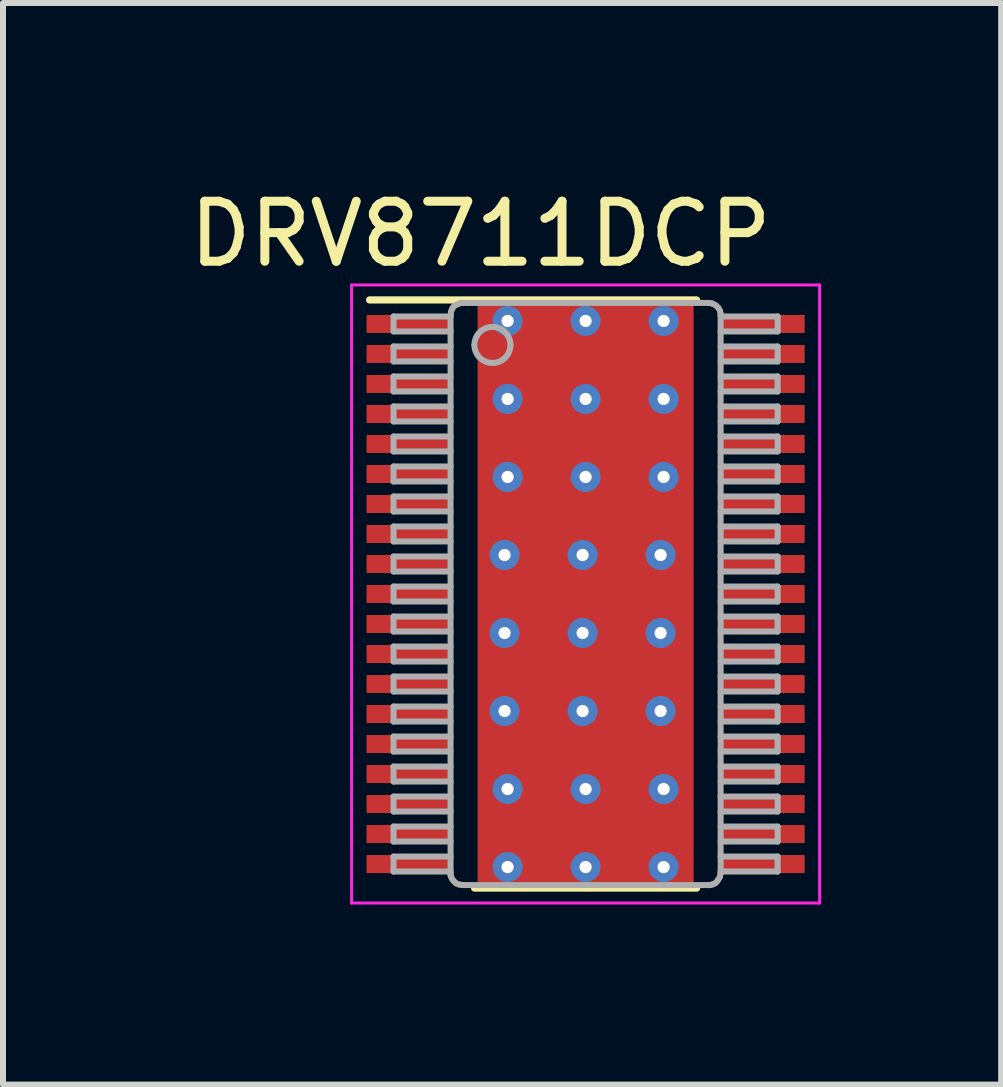
<source format=kicad_pcb>
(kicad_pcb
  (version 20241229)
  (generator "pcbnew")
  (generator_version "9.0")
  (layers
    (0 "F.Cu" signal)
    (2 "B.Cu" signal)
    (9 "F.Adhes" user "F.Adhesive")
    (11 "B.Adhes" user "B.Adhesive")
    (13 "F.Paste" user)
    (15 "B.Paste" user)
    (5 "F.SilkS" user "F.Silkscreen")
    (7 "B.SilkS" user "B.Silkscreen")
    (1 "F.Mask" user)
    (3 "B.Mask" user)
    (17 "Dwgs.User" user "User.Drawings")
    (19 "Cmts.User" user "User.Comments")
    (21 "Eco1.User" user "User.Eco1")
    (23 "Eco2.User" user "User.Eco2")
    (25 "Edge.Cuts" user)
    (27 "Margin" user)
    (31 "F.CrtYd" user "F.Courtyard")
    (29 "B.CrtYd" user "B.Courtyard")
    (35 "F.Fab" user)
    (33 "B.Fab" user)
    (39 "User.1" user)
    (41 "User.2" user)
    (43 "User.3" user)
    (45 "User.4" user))
  (footprint "DRV8711DCP"
    (layer "F.Cu")
    (at 6.708 6.848)
    (property "Reference" "DRV8711DCP" (at -1.75 -6 0) (layer "F.SilkS") (effects (font (size 1 1) (thickness 0.15))))
    (attr smd)
    (fp_poly (pts (xy -1.45 2.307) (xy -1.45 -2.307) (xy -1.449 -2.315) (xy -1.447 -2.323) (xy -1.443 -2.331) (xy -1.437 -2.337) (xy -1.431 -2.343) (xy -1.423 -2.347) (xy -1.415 -2.349) (xy -1.407 -2.35) (xy 1.407 -2.35) (xy 1.415 -2.349) (xy 1.423 -2.347) (xy 1.431 -2.343) (xy 1.437 -2.337) (xy 1.443 -2.331) (xy 1.447 -2.323) (xy 1.449 -2.315) (xy 1.45 -2.307) (xy 1.45 2.307) (xy 1.449 2.315) (xy 1.447 2.323) (xy 1.443 2.331) (xy 1.437 2.337) (xy 1.431 2.343) (xy 1.423 2.347) (xy 1.415 2.349) (xy 1.407 2.35) (xy -1.407 2.35) (xy -1.415 2.349) (xy -1.423 2.347) (xy -1.431 2.343) (xy -1.437 2.337) (xy -1.443 2.331) (xy -1.447 2.323) (xy -1.449 2.315)) (stroke (width 0.1) (type solid)) (fill yes) (layer "F.Mask"))
    (fp_line (start -3.6 -4.9) (end 1.85 -4.9) (stroke (width 0.12) (type solid)) (layer "F.SilkS"))
    (fp_line (start -1.85 4.9) (end 1.85 4.9) (stroke (width 0.12) (type solid)) (layer "F.SilkS"))
    (fp_poly (pts (xy -1.45 2.307) (xy -1.45 -2.307) (xy -1.449 -2.315) (xy -1.447 -2.323) (xy -1.443 -2.331) (xy -1.437 -2.337) (xy -1.431 -2.343) (xy -1.423 -2.347) (xy -1.415 -2.349) (xy -1.407 -2.35) (xy 1.407 -2.35) (xy 1.415 -2.349) (xy 1.423 -2.347) (xy 1.431 -2.343) (xy 1.437 -2.337) (xy 1.443 -2.331) (xy 1.447 -2.323) (xy 1.449 -2.315) (xy 1.45 -2.307) (xy 1.45 2.307) (xy 1.449 2.315) (xy 1.447 2.323) (xy 1.443 2.331) (xy 1.437 2.337) (xy 1.431 2.343) (xy 1.423 2.347) (xy 1.415 2.349) (xy 1.407 2.35) (xy -1.407 2.35) (xy -1.415 2.349) (xy -1.423 2.347) (xy -1.431 2.343) (xy -1.437 2.337) (xy -1.443 2.331) (xy -1.447 2.323) (xy -1.449 2.315)) (stroke (width 0.1) (type solid)) (fill yes) (layer "F.Paste"))
    (fp_line (start -3.9 -5.15) (end 3.9 -5.15) (stroke (width 0.05) (type solid)) (layer "F.CrtYd"))
    (fp_line (start -3.9 5.15) (end -3.9 -5.15) (stroke (width 0.05) (type solid)) (layer "F.CrtYd"))
    (fp_line (start -3.9 5.15) (end 3.9 5.15) (stroke (width 0.05) (type solid)) (layer "F.CrtYd"))
    (fp_line (start 3.9 5.15) (end 3.9 -5.15) (stroke (width 0.05) (type solid)) (layer "F.CrtYd"))
    (fp_line (start -3.2 -4.625) (end -2.25 -4.625) (stroke (width 0.1) (type solid)) (layer "F.Fab"))
    (fp_line (start -3.2 -4.375) (end -3.2 -4.625) (stroke (width 0.1) (type solid)) (layer "F.Fab"))
    (fp_line (start -3.2 -4.375) (end -2.25 -4.375) (stroke (width 0.1) (type solid)) (layer "F.Fab"))
    (fp_line (start -3.2 -4.125) (end -2.25 -4.125) (stroke (width 0.1) (type solid)) (layer "F.Fab"))
    (fp_line (start -3.2 -3.875) (end -3.2 -4.125) (stroke (width 0.1) (type solid)) (layer "F.Fab"))
    (fp_line (start -3.2 -3.875) (end -2.25 -3.875) (stroke (width 0.1) (type solid)) (layer "F.Fab"))
    (fp_line (start -3.2 -3.625) (end -2.25 -3.625) (stroke (width 0.1) (type solid)) (layer "F.Fab"))
    (fp_line (start -3.2 -3.375) (end -3.2 -3.625) (stroke (width 0.1) (type solid)) (layer "F.Fab"))
    (fp_line (start -3.2 -3.375) (end -2.25 -3.375) (stroke (width 0.1) (type solid)) (layer "F.Fab"))
    (fp_line (start -3.2 -3.125) (end -2.25 -3.125) (stroke (width 0.1) (type solid)) (layer "F.Fab"))
    (fp_line (start -3.2 -2.875) (end -3.2 -3.125) (stroke (width 0.1) (type solid)) (layer "F.Fab"))
    (fp_line (start -3.2 -2.875) (end -2.25 -2.875) (stroke (width 0.1) (type solid)) (layer "F.Fab"))
    (fp_line (start -3.2 -2.625) (end -2.25 -2.625) (stroke (width 0.1) (type solid)) (layer "F.Fab"))
    (fp_line (start -3.2 -2.375) (end -3.2 -2.625) (stroke (width 0.1) (type solid)) (layer "F.Fab"))
    (fp_line (start -3.2 -2.375) (end -2.25 -2.375) (stroke (width 0.1) (type solid)) (layer "F.Fab"))
    (fp_line (start -3.2 -2.125) (end -2.25 -2.125) (stroke (width 0.1) (type solid)) (layer "F.Fab"))
    (fp_line (start -3.2 -1.875) (end -3.2 -2.125) (stroke (width 0.1) (type solid)) (layer "F.Fab"))
    (fp_line (start -3.2 -1.875) (end -2.25 -1.875) (stroke (width 0.1) (type solid)) (layer "F.Fab"))
    (fp_line (start -3.2 -1.625) (end -2.25 -1.625) (stroke (width 0.1) (type solid)) (layer "F.Fab"))
    (fp_line (start -3.2 -1.375) (end -3.2 -1.625) (stroke (width 0.1) (type solid)) (layer "F.Fab"))
    (fp_line (start -3.2 -1.375) (end -2.25 -1.375) (stroke (width 0.1) (type solid)) (layer "F.Fab"))
    (fp_line (start -3.2 -1.125) (end -2.25 -1.125) (stroke (width 0.1) (type solid)) (layer "F.Fab"))
    (fp_line (start -3.2 -0.875) (end -3.2 -1.125) (stroke (width 0.1) (type solid)) (layer "F.Fab"))
    (fp_line (start -3.2 -0.875) (end -2.25 -0.875) (stroke (width 0.1) (type solid)) (layer "F.Fab"))
    (fp_line (start -3.2 -0.625) (end -2.25 -0.625) (stroke (width 0.1) (type solid)) (layer "F.Fab"))
    (fp_line (start -3.2 -0.375) (end -3.2 -0.625) (stroke (width 0.1) (type solid)) (layer "F.Fab"))
    (fp_line (start -3.2 -0.375) (end -2.25 -0.375) (stroke (width 0.1) (type solid)) (layer "F.Fab"))
    (fp_line (start -3.2 -0.125) (end -2.25 -0.125) (stroke (width 0.1) (type solid)) (layer "F.Fab"))
    (fp_line (start -3.2 0.125) (end -3.2 -0.125) (stroke (width 0.1) (type solid)) (layer "F.Fab"))
    (fp_line (start -3.2 0.125) (end -2.25 0.125) (stroke (width 0.1) (type solid)) (layer "F.Fab"))
    (fp_line (start -3.2 0.375) (end -2.25 0.375) (stroke (width 0.1) (type solid)) (layer "F.Fab"))
    (fp_line (start -3.2 0.625) (end -3.2 0.375) (stroke (width 0.1) (type solid)) (layer "F.Fab"))
    (fp_line (start -3.2 0.625) (end -2.25 0.625) (stroke (width 0.1) (type solid)) (layer "F.Fab"))
    (fp_line (start -3.2 0.875) (end -2.25 0.875) (stroke (width 0.1) (type solid)) (layer "F.Fab"))
    (fp_line (start -3.2 1.125) (end -3.2 0.875) (stroke (width 0.1) (type solid)) (layer "F.Fab"))
    (fp_line (start -3.2 1.125) (end -2.25 1.125) (stroke (width 0.1) (type solid)) (layer "F.Fab"))
    (fp_line (start -3.2 1.375) (end -2.25 1.375) (stroke (width 0.1) (type solid)) (layer "F.Fab"))
    (fp_line (start -3.2 1.625) (end -3.2 1.375) (stroke (width 0.1) (type solid)) (layer "F.Fab"))
    (fp_line (start -3.2 1.625) (end -2.25 1.625) (stroke (width 0.1) (type solid)) (layer "F.Fab"))
    (fp_line (start -3.2 1.875) (end -2.25 1.875) (stroke (width 0.1) (type solid)) (layer "F.Fab"))
    (fp_line (start -3.2 2.125) (end -3.2 1.875) (stroke (width 0.1) (type solid)) (layer "F.Fab"))
    (fp_line (start -3.2 2.125) (end -2.25 2.125) (stroke (width 0.1) (type solid)) (layer "F.Fab"))
    (fp_line (start -3.2 2.375) (end -2.25 2.375) (stroke (width 0.1) (type solid)) (layer "F.Fab"))
    (fp_line (start -3.2 2.625) (end -3.2 2.375) (stroke (width 0.1) (type solid)) (layer "F.Fab"))
    (fp_line (start -3.2 2.625) (end -2.25 2.625) (stroke (width 0.1) (type solid)) (layer "F.Fab"))
    (fp_line (start -3.2 2.875) (end -2.25 2.875) (stroke (width 0.1) (type solid)) (layer "F.Fab"))
    (fp_line (start -3.2 3.125) (end -3.2 2.875) (stroke (width 0.1) (type solid)) (layer "F.Fab"))
    (fp_line (start -3.2 3.125) (end -2.25 3.125) (stroke (width 0.1) (type solid)) (layer "F.Fab"))
    (fp_line (start -3.2 3.375) (end -2.25 3.375) (stroke (width 0.1) (type solid)) (layer "F.Fab"))
    (fp_line (start -3.2 3.625) (end -3.2 3.375) (stroke (width 0.1) (type solid)) (layer "F.Fab"))
    (fp_line (start -3.2 3.625) (end -2.25 3.625) (stroke (width 0.1) (type solid)) (layer "F.Fab"))
    (fp_line (start -3.2 3.875) (end -2.25 3.875) (stroke (width 0.1) (type solid)) (layer "F.Fab"))
    (fp_line (start -3.2 4.125) (end -3.2 3.875) (stroke (width 0.1) (type solid)) (layer "F.Fab"))
    (fp_line (start -3.2 4.125) (end -2.25 4.125) (stroke (width 0.1) (type solid)) (layer "F.Fab"))
    (fp_line (start -3.2 4.375) (end -2.25 4.375) (stroke (width 0.1) (type solid)) (layer "F.Fab"))
    (fp_line (start -3.2 4.625) (end -3.2 4.375) (stroke (width 0.1) (type solid)) (layer "F.Fab"))
    (fp_line (start -3.2 4.625) (end -2.25 4.625) (stroke (width 0.1) (type solid)) (layer "F.Fab"))
    (fp_line (start -2.25 -4.65) (end -2.24 -4.71) (stroke (width 0.1) (type solid)) (layer "F.Fab"))
    (fp_line (start -2.25 4.65) (end -2.25 -4.65) (stroke (width 0.1) (type solid)) (layer "F.Fab"))
    (fp_line (start -2.25 4.65) (end -2.25 4.69) (stroke (width 0.1) (type solid)) (layer "F.Fab"))
    (fp_line (start -2.25 4.69) (end -2.23 4.74) (stroke (width 0.1) (type solid)) (layer "F.Fab"))
    (fp_line (start -2.24 -4.71) (end -2.22 -4.76) (stroke (width 0.1) (type solid)) (layer "F.Fab"))
    (fp_line (start -2.23 4.74) (end -2.2 4.78) (stroke (width 0.1) (type solid)) (layer "F.Fab"))
    (fp_line (start -2.22 -4.76) (end -2.19 -4.8) (stroke (width 0.1) (type solid)) (layer "F.Fab"))
    (fp_line (start -2.2 4.78) (end -2.16 4.82) (stroke (width 0.1) (type solid)) (layer "F.Fab"))
    (fp_line (start -2.19 -4.8) (end -2.13 -4.83) (stroke (width 0.1) (type solid)) (layer "F.Fab"))
    (fp_line (start -2.16 4.82) (end -2.11 4.84) (stroke (width 0.1) (type solid)) (layer "F.Fab"))
    (fp_line (start -2.13 -4.83) (end -2.08 -4.85) (stroke (width 0.1) (type solid)) (layer "F.Fab"))
    (fp_line (start -2.11 4.84) (end -2.05 4.85) (stroke (width 0.1) (type solid)) (layer "F.Fab"))
    (fp_line (start -2.08 -4.85) (end -2.05 -4.85) (stroke (width 0.1) (type solid)) (layer "F.Fab"))
    (fp_line (start -2.05 4.85) (end 2.05 4.85) (stroke (width 0.1) (type solid)) (layer "F.Fab"))
    (fp_line (start -2.05 -4.85) (end 2.05 -4.85) (stroke (width 0.1) (type solid)) (layer "F.Fab"))
    (fp_line (start 2.05 4.85) (end 2.07 4.85) (stroke (width 0.1) (type solid)) (layer "F.Fab"))
    (fp_line (start 2.05 -4.85) (end 2.11 -4.84) (stroke (width 0.1) (type solid)) (layer "F.Fab"))
    (fp_line (start 2.07 4.85) (end 2.11 4.84) (stroke (width 0.1) (type solid)) (layer "F.Fab"))
    (fp_line (start 2.11 -4.84) (end 2.17 -4.81) (stroke (width 0.1) (type solid)) (layer "F.Fab"))
    (fp_line (start 2.11 4.84) (end 2.16 4.82) (stroke (width 0.1) (type solid)) (layer "F.Fab"))
    (fp_line (start 2.16 4.82) (end 2.19 4.79) (stroke (width 0.1) (type solid)) (layer "F.Fab"))
    (fp_line (start 2.17 -4.81) (end 2.21 -4.77) (stroke (width 0.1) (type solid)) (layer "F.Fab"))
    (fp_line (start 2.19 4.79) (end 2.21 4.76) (stroke (width 0.1) (type solid)) (layer "F.Fab"))
    (fp_line (start 2.21 -4.77) (end 2.24 -4.72) (stroke (width 0.1) (type solid)) (layer "F.Fab"))
    (fp_line (start 2.21 4.76) (end 2.24 4.71) (stroke (width 0.1) (type solid)) (layer "F.Fab"))
    (fp_line (start 2.24 -4.72) (end 2.25 -4.67) (stroke (width 0.1) (type solid)) (layer "F.Fab"))
    (fp_line (start 2.24 4.71) (end 2.25 4.65) (stroke (width 0.1) (type solid)) (layer "F.Fab"))
    (fp_line (start 2.25 4.65) (end 2.25 -4.65) (stroke (width 0.1) (type solid)) (layer "F.Fab"))
    (fp_line (start 2.25 -4.65) (end 2.25 -4.67) (stroke (width 0.1) (type solid)) (layer "F.Fab"))
    (fp_line (start 2.25 -4.625) (end 3.2 -4.625) (stroke (width 0.1) (type solid)) (layer "F.Fab"))
    (fp_line (start 2.25 -4.375) (end 3.2 -4.375) (stroke (width 0.1) (type solid)) (layer "F.Fab"))
    (fp_line (start 2.25 -4.125) (end 3.2 -4.125) (stroke (width 0.1) (type solid)) (layer "F.Fab"))
    (fp_line (start 2.25 -3.875) (end 3.2 -3.875) (stroke (width 0.1) (type solid)) (layer "F.Fab"))
    (fp_line (start 2.25 -3.625) (end 3.2 -3.625) (stroke (width 0.1) (type solid)) (layer "F.Fab"))
    (fp_line (start 2.25 -3.375) (end 3.2 -3.375) (stroke (width 0.1) (type solid)) (layer "F.Fab"))
    (fp_line (start 2.25 -3.125) (end 3.2 -3.125) (stroke (width 0.1) (type solid)) (layer "F.Fab"))
    (fp_line (start 2.25 -2.875) (end 3.2 -2.875) (stroke (width 0.1) (type solid)) (layer "F.Fab"))
    (fp_line (start 2.25 -2.625) (end 3.2 -2.625) (stroke (width 0.1) (type solid)) (layer "F.Fab"))
    (fp_line (start 2.25 -2.375) (end 3.2 -2.375) (stroke (width 0.1) (type solid)) (layer "F.Fab"))
    (fp_line (start 2.25 -2.125) (end 3.2 -2.125) (stroke (width 0.1) (type solid)) (layer "F.Fab"))
    (fp_line (start 2.25 -1.875) (end 3.2 -1.875) (stroke (width 0.1) (type solid)) (layer "F.Fab"))
    (fp_line (start 2.25 -1.625) (end 3.2 -1.625) (stroke (width 0.1) (type solid)) (layer "F.Fab"))
    (fp_line (start 2.25 -1.375) (end 3.2 -1.375) (stroke (width 0.1) (type solid)) (layer "F.Fab"))
    (fp_line (start 2.25 -1.125) (end 3.2 -1.125) (stroke (width 0.1) (type solid)) (layer "F.Fab"))
    (fp_line (start 2.25 -0.875) (end 3.2 -0.875) (stroke (width 0.1) (type solid)) (layer "F.Fab"))
    (fp_line (start 2.25 -0.625) (end 3.2 -0.625) (stroke (width 0.1) (type solid)) (layer "F.Fab"))
    (fp_line (start 2.25 -0.375) (end 3.2 -0.375) (stroke (width 0.1) (type solid)) (layer "F.Fab"))
    (fp_line (start 2.25 -0.125) (end 3.2 -0.125) (stroke (width 0.1) (type solid)) (layer "F.Fab"))
    (fp_line (start 2.25 0.125) (end 3.2 0.125) (stroke (width 0.1) (type solid)) (layer "F.Fab"))
    (fp_line (start 2.25 0.375) (end 3.2 0.375) (stroke (width 0.1) (type solid)) (layer "F.Fab"))
    (fp_line (start 2.25 0.625) (end 3.2 0.625) (stroke (width 0.1) (type solid)) (layer "F.Fab"))
    (fp_line (start 2.25 0.875) (end 3.2 0.875) (stroke (width 0.1) (type solid)) (layer "F.Fab"))
    (fp_line (start 2.25 1.125) (end 3.2 1.125) (stroke (width 0.1) (type solid)) (layer "F.Fab"))
    (fp_line (start 2.25 1.375) (end 3.2 1.375) (stroke (width 0.1) (type solid)) (layer "F.Fab"))
    (fp_line (start 2.25 1.625) (end 3.2 1.625) (stroke (width 0.1) (type solid)) (layer "F.Fab"))
    (fp_line (start 2.25 1.875) (end 3.2 1.875) (stroke (width 0.1) (type solid)) (layer "F.Fab"))
    (fp_line (start 2.25 2.125) (end 3.2 2.125) (stroke (width 0.1) (type solid)) (layer "F.Fab"))
    (fp_line (start 2.25 2.375) (end 3.2 2.375) (stroke (width 0.1) (type solid)) (layer "F.Fab"))
    (fp_line (start 2.25 2.625) (end 3.2 2.625) (stroke (width 0.1) (type solid)) (layer "F.Fab"))
    (fp_line (start 2.25 2.875) (end 3.2 2.875) (stroke (width 0.1) (type solid)) (layer "F.Fab"))
    (fp_line (start 2.25 3.125) (end 3.2 3.125) (stroke (width 0.1) (type solid)) (layer "F.Fab"))
    (fp_line (start 2.25 3.375) (end 3.2 3.375) (stroke (width 0.1) (type solid)) (layer "F.Fab"))
    (fp_line (start 2.25 3.625) (end 3.2 3.625) (stroke (width 0.1) (type solid)) (layer "F.Fab"))
    (fp_line (start 2.25 3.875) (end 3.2 3.875) (stroke (width 0.1) (type solid)) (layer "F.Fab"))
    (fp_line (start 2.25 4.125) (end 3.2 4.125) (stroke (width 0.1) (type solid)) (layer "F.Fab"))
    (fp_line (start 2.25 4.375) (end 3.2 4.375) (stroke (width 0.1) (type solid)) (layer "F.Fab"))
    (fp_line (start 2.25 4.625) (end 3.2 4.625) (stroke (width 0.1) (type solid)) (layer "F.Fab"))
    (fp_line (start 3.2 -4.375) (end 3.2 -4.625) (stroke (width 0.1) (type solid)) (layer "F.Fab"))
    (fp_line (start 3.2 -3.875) (end 3.2 -4.125) (stroke (width 0.1) (type solid)) (layer "F.Fab"))
    (fp_line (start 3.2 -3.375) (end 3.2 -3.625) (stroke (width 0.1) (type solid)) (layer "F.Fab"))
    (fp_line (start 3.2 -2.875) (end 3.2 -3.125) (stroke (width 0.1) (type solid)) (layer "F.Fab"))
    (fp_line (start 3.2 -2.375) (end 3.2 -2.625) (stroke (width 0.1) (type solid)) (layer "F.Fab"))
    (fp_line (start 3.2 -1.875) (end 3.2 -2.125) (stroke (width 0.1) (type solid)) (layer "F.Fab"))
    (fp_line (start 3.2 -1.375) (end 3.2 -1.625) (stroke (width 0.1) (type solid)) (layer "F.Fab"))
    (fp_line (start 3.2 -0.875) (end 3.2 -1.125) (stroke (width 0.1) (type solid)) (layer "F.Fab"))
    (fp_line (start 3.2 -0.375) (end 3.2 -0.625) (stroke (width 0.1) (type solid)) (layer "F.Fab"))
    (fp_line (start 3.2 0.125) (end 3.2 -0.125) (stroke (width 0.1) (type solid)) (layer "F.Fab"))
    (fp_line (start 3.2 0.625) (end 3.2 0.375) (stroke (width 0.1) (type solid)) (layer "F.Fab"))
    (fp_line (start 3.2 1.125) (end 3.2 0.875) (stroke (width 0.1) (type solid)) (layer "F.Fab"))
    (fp_line (start 3.2 1.625) (end 3.2 1.375) (stroke (width 0.1) (type solid)) (layer "F.Fab"))
    (fp_line (start 3.2 2.125) (end 3.2 1.875) (stroke (width 0.1) (type solid)) (layer "F.Fab"))
    (fp_line (start 3.2 2.625) (end 3.2 2.375) (stroke (width 0.1) (type solid)) (layer "F.Fab"))
    (fp_line (start 3.2 3.125) (end 3.2 2.875) (stroke (width 0.1) (type solid)) (layer "F.Fab"))
    (fp_line (start 3.2 3.625) (end 3.2 3.375) (stroke (width 0.1) (type solid)) (layer "F.Fab"))
    (fp_line (start 3.2 4.125) (end 3.2 3.875) (stroke (width 0.1) (type solid)) (layer "F.Fab"))
    (fp_line (start 3.2 4.625) (end 3.2 4.375) (stroke (width 0.1) (type solid)) (layer "F.Fab"))
    (fp_arc (start -1.852386 -4.149976) (mid -1.552387 -4.449975) (end -1.252388 -4.149976) (stroke (width 0.1) (type solid)) (layer "F.Fab"))
    (fp_arc (start -1.252388 -4.149976) (mid -1.552387 -3.849977) (end -1.852386 -4.149976) (stroke (width 0.1) (type solid)) (layer "F.Fab"))
    (pad "1" smd rect (at -2.95 -4.5 90) (size 0.3 1.4) (layers "F.Cu" "F.Mask" "F.Paste"))
    (pad "2" smd rect (at -2.95 -4 90) (size 0.3 1.4) (layers "F.Cu" "F.Mask" "F.Paste"))
    (pad "3" smd rect (at -2.95 -3.5 90) (size 0.3 1.4) (layers "F.Cu" "F.Mask" "F.Paste"))
    (pad "4" smd rect (at -2.95 -3 90) (size 0.3 1.4) (layers "F.Cu" "F.Mask" "F.Paste"))
    (pad "5" smd rect (at -2.95 -2.5 90) (size 0.3 1.4) (layers "F.Cu" "F.Mask" "F.Paste"))
    (pad "6" smd rect (at -2.95 -2 90) (size 0.3 1.4) (layers "F.Cu" "F.Mask" "F.Paste"))
    (pad "7" smd rect (at -2.95 -1.5 90) (size 0.3 1.4) (layers "F.Cu" "F.Mask" "F.Paste"))
    (pad "8" smd rect (at -2.95 -1 90) (size 0.3 1.4) (layers "F.Cu" "F.Mask" "F.Paste"))
    (pad "9" smd rect (at -2.95 -0.5 90) (size 0.3 1.4) (layers "F.Cu" "F.Mask" "F.Paste"))
    (pad "10" smd rect (at -2.95 0 90) (size 0.3 1.4) (layers "F.Cu" "F.Mask" "F.Paste"))
    (pad "11" smd rect (at -2.95 0.5 90) (size 0.3 1.4) (layers "F.Cu" "F.Mask" "F.Paste"))
    (pad "12" smd rect (at -2.95 1 90) (size 0.3 1.4) (layers "F.Cu" "F.Mask" "F.Paste"))
    (pad "13" smd rect (at -2.95 1.5 90) (size 0.3 1.4) (layers "F.Cu" "F.Mask" "F.Paste"))
    (pad "14" smd rect (at -2.95 2 90) (size 0.3 1.4) (layers "F.Cu" "F.Mask" "F.Paste"))
    (pad "15" smd rect (at -2.95 2.5 90) (size 0.3 1.4) (layers "F.Cu" "F.Mask" "F.Paste"))
    (pad "16" smd rect (at -2.95 3 90) (size 0.3 1.4) (layers "F.Cu" "F.Mask" "F.Paste"))
    (pad "17" smd rect (at -2.95 3.5 90) (size 0.3 1.4) (layers "F.Cu" "F.Mask" "F.Paste"))
    (pad "18" smd rect (at -2.95 4 90) (size 0.3 1.4) (layers "F.Cu" "F.Mask" "F.Paste"))
    (pad "19" smd rect (at -2.95 4.5 90) (size 0.3 1.4) (layers "F.Cu" "F.Mask" "F.Paste"))
    (pad "20" smd rect (at 2.95 4.5 90) (size 0.3 1.4) (layers "F.Cu" "F.Mask" "F.Paste"))
    (pad "21" smd rect (at 2.95 4 90) (size 0.3 1.4) (layers "F.Cu" "F.Mask" "F.Paste"))
    (pad "22" smd rect (at 2.95 3.5 90) (size 0.3 1.4) (layers "F.Cu" "F.Mask" "F.Paste"))
    (pad "23" smd rect (at 2.95 3 90) (size 0.3 1.4) (layers "F.Cu" "F.Mask" "F.Paste"))
    (pad "24" smd rect (at 2.95 2.5 90) (size 0.3 1.4) (layers "F.Cu" "F.Mask" "F.Paste"))
    (pad "25" smd rect (at 2.95 2 90) (size 0.3 1.4) (layers "F.Cu" "F.Mask" "F.Paste"))
    (pad "26" smd rect (at 2.95 1.5 90) (size 0.3 1.4) (layers "F.Cu" "F.Mask" "F.Paste"))
    (pad "27" smd rect (at 2.95 1 90) (size 0.3 1.4) (layers "F.Cu" "F.Mask" "F.Paste"))
    (pad "28" smd rect (at 2.95 0.5 90) (size 0.3 1.4) (layers "F.Cu" "F.Mask" "F.Paste"))
    (pad "29" smd rect (at 2.95 0 90) (size 0.3 1.4) (layers "F.Cu" "F.Mask" "F.Paste"))
    (pad "30" smd rect (at 2.95 -0.5 90) (size 0.3 1.4) (layers "F.Cu" "F.Mask" "F.Paste"))
    (pad "31" smd rect (at 2.95 -1 90) (size 0.3 1.4) (layers "F.Cu" "F.Mask" "F.Paste"))
    (pad "32" smd rect (at 2.95 -1.5 90) (size 0.3 1.4) (layers "F.Cu" "F.Mask" "F.Paste"))
    (pad "33" smd rect (at 2.95 -2 90) (size 0.3 1.4) (layers "F.Cu" "F.Mask" "F.Paste"))
    (pad "34" smd rect (at 2.95 -2.5 90) (size 0.3 1.4) (layers "F.Cu" "F.Mask" "F.Paste"))
    (pad "35" smd rect (at 2.95 -3 90) (size 0.3 1.4) (layers "F.Cu" "F.Mask" "F.Paste"))
    (pad "36" smd rect (at 2.95 -3.5 90) (size 0.3 1.4) (layers "F.Cu" "F.Mask" "F.Paste"))
    (pad "37" smd rect (at 2.95 -4 90) (size 0.3 1.4) (layers "F.Cu" "F.Mask" "F.Paste"))
    (pad "38" smd rect (at 2.95 -4.5 90) (size 0.3 1.4) (layers "F.Cu" "F.Mask" "F.Paste"))
    (pad "39" thru_hole circle (at -1.35 -0.65) (size 0.5 0.5) (drill 0.203) (layers "*.Cu" "*.Mask"))
    (pad "39" thru_hole circle (at -1.35 0.65) (size 0.5 0.5) (drill 0.203) (layers "*.Cu" "*.Mask"))
    (pad "39" thru_hole circle (at -1.35 1.95) (size 0.5 0.5) (drill 0.203) (layers "*.Cu" "*.Mask"))
    (pad "39" thru_hole circle (at -1.3 -4.55) (size 0.5 0.5) (drill 0.203) (layers "*.Cu" "*.Mask"))
    (pad "39" thru_hole circle (at -1.3 -3.25) (size 0.5 0.5) (drill 0.203) (layers "*.Cu" "*.Mask"))
    (pad "39" thru_hole circle (at -1.3 -1.95) (size 0.5 0.5) (drill 0.203) (layers "*.Cu" "*.Mask"))
    (pad "39" thru_hole circle (at -1.3 3.25) (size 0.5 0.5) (drill 0.203) (layers "*.Cu" "*.Mask"))
    (pad "39" thru_hole circle (at -1.3 4.55) (size 0.5 0.5) (drill 0.203) (layers "*.Cu" "*.Mask"))
    (pad "39" thru_hole circle (at -0.05 -0.65) (size 0.5 0.5) (drill 0.203) (layers "*.Cu" "*.Mask"))
    (pad "39" thru_hole circle (at -0.05 0.65) (size 0.5 0.5) (drill 0.203) (layers "*.Cu" "*.Mask"))
    (pad "39" thru_hole circle (at -0.05 1.95) (size 0.5 0.5) (drill 0.203) (layers "*.Cu" "*.Mask"))
    (pad "39" thru_hole circle (at 0 -4.55) (size 0.5 0.5) (drill 0.203) (layers "*.Cu" "*.Mask"))
    (pad "39" thru_hole circle (at 0 -3.25) (size 0.5 0.5) (drill 0.203) (layers "*.Cu" "*.Mask"))
    (pad "39" thru_hole circle (at 0 -1.95) (size 0.5 0.5) (drill 0.203) (layers "*.Cu" "*.Mask"))
    (pad "39" smd rect (at 0 0) (size 3.6 9.7) (layers "F.Cu"))
    (pad "39" thru_hole circle (at 0 3.25) (size 0.5 0.5) (drill 0.203) (layers "*.Cu" "*.Mask"))
    (pad "39" thru_hole circle (at 0 4.55) (size 0.5 0.5) (drill 0.203) (layers "*.Cu" "*.Mask"))
    (pad "39" thru_hole circle (at 1.25 -0.65) (size 0.5 0.5) (drill 0.203) (layers "*.Cu" "*.Mask"))
    (pad "39" thru_hole circle (at 1.25 0.65) (size 0.5 0.5) (drill 0.203) (layers "*.Cu" "*.Mask"))
    (pad "39" thru_hole circle (at 1.25 1.95) (size 0.5 0.5) (drill 0.203) (layers "*.Cu" "*.Mask"))
    (pad "39" thru_hole circle (at 1.3 -4.55) (size 0.5 0.5) (drill 0.203) (layers "*.Cu" "*.Mask"))
    (pad "39" thru_hole circle (at 1.3 -3.25) (size 0.5 0.5) (drill 0.203) (layers "*.Cu" "*.Mask"))
    (pad "39" thru_hole circle (at 1.3 -1.95) (size 0.5 0.5) (drill 0.203) (layers "*.Cu" "*.Mask"))
    (pad "39" thru_hole circle (at 1.3 3.25) (size 0.5 0.5) (drill 0.203) (layers "*.Cu" "*.Mask"))
    (pad "39" thru_hole circle (at 1.3 4.55) (size 0.5 0.5) (drill 0.203) (layers "*.Cu" "*.Mask")))
  (gr_rect
    (start -3 -3)
    (end 13.633 15.023)
    (stroke (width 0.1) (type default))
    (fill no)
    (layer "Edge.Cuts")))
</source>
